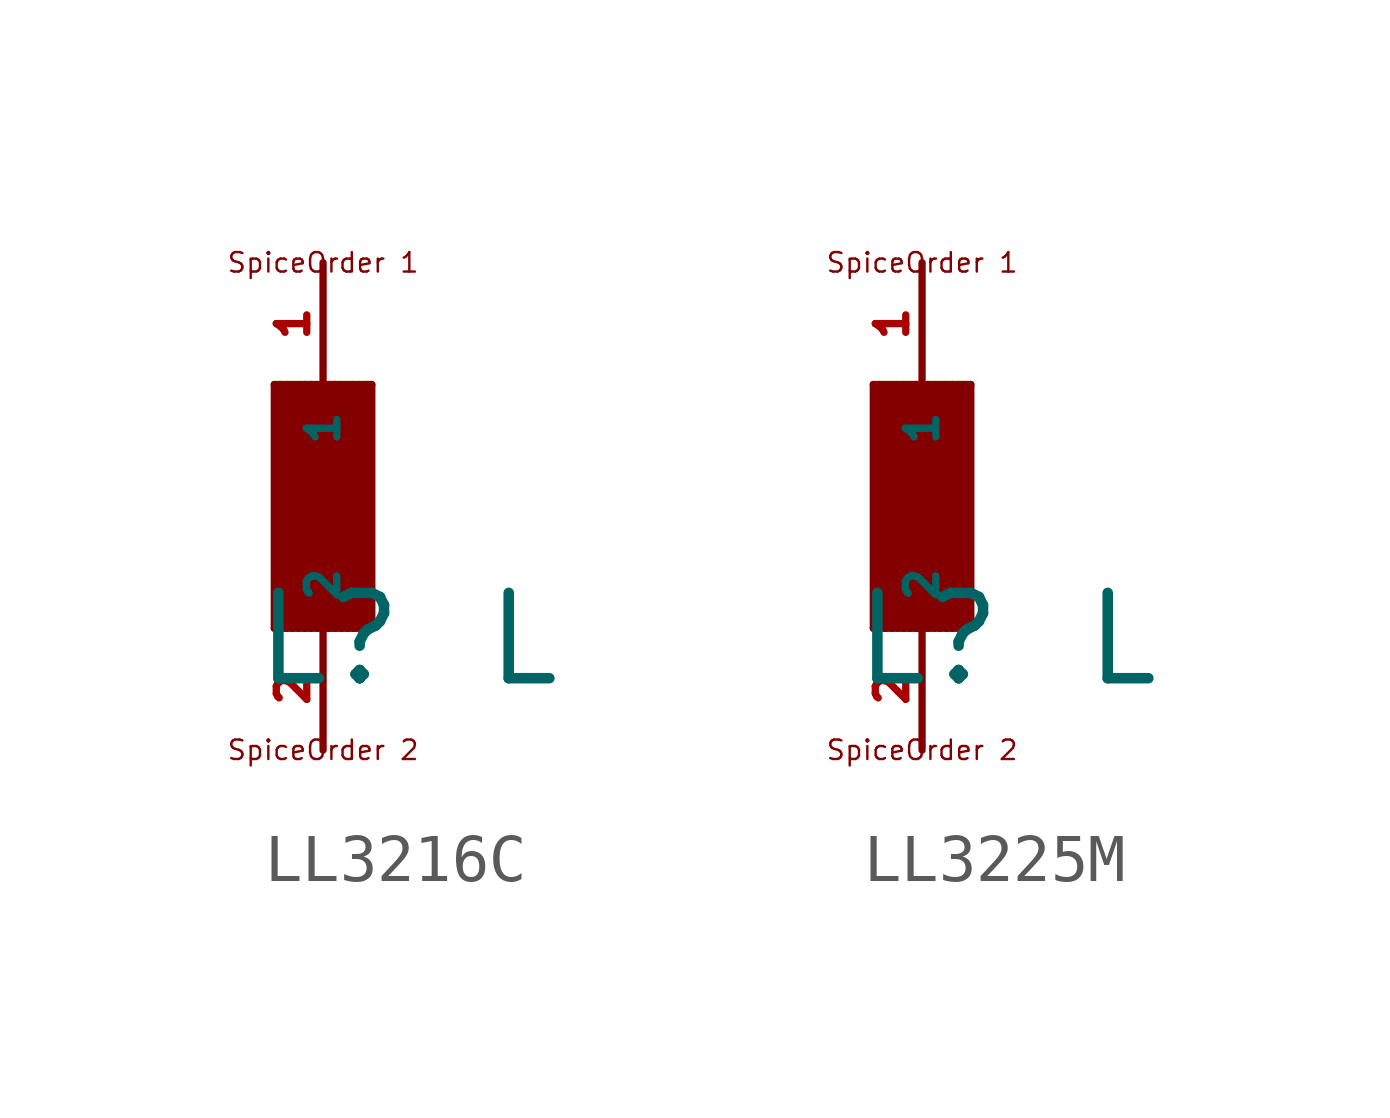
<source format=kicad_sym>
(kicad_symbol_lib
  (version 20220914)
  (generator Eagle2Kicad)
  (symbol "LL3216C"
    (property "Reference" "L"
      (at -1.499 -3.81 0)
      (effects (font (size 1.778 1.778) (thickness 0.22)) (justify left bottom)))
    (property "Value" "L"
      (at 3.302 -3.81 0)
      (effects (font (size 1.778 1.778) (thickness 0.22)) (justify left bottom)))
    (polyline
      (pts (xy -1.016 2.54) (xy -0.889 2.54))
      (stroke (width 0.152) (type default))
      (fill (type none)))
    (polyline
      (pts (xy -0.889 2.54) (xy -0.762 2.54))
      (stroke (width 0.152) (type default))
      (fill (type none)))
    (polyline
      (pts (xy -0.762 2.54) (xy -0.635 2.54))
      (stroke (width 0.152) (type default))
      (fill (type none)))
    (polyline
      (pts (xy -0.635 2.54) (xy -0.508 2.54))
      (stroke (width 0.152) (type default))
      (fill (type none)))
    (polyline
      (pts (xy -0.508 2.54) (xy -0.381 2.54))
      (stroke (width 0.152) (type default))
      (fill (type none)))
    (polyline
      (pts (xy -0.381 2.54) (xy -0.254 2.54))
      (stroke (width 0.152) (type default))
      (fill (type none)))
    (polyline
      (pts (xy -0.254 2.54) (xy -0.127 2.54))
      (stroke (width 0.152) (type default))
      (fill (type none)))
    (polyline
      (pts (xy -0.127 2.54) (xy 0 2.54))
      (stroke (width 0.152) (type default))
      (fill (type none)))
    (polyline
      (pts (xy 0 2.54) (xy 0.127 2.54))
      (stroke (width 0.152) (type default))
      (fill (type none)))
    (polyline
      (pts (xy 0.127 2.54) (xy 0.254 2.54))
      (stroke (width 0.152) (type default))
      (fill (type none)))
    (polyline
      (pts (xy 0.254 2.54) (xy 0.381 2.54))
      (stroke (width 0.152) (type default))
      (fill (type none)))
    (polyline
      (pts (xy 0.381 2.54) (xy 0.508 2.54))
      (stroke (width 0.152) (type default))
      (fill (type none)))
    (polyline
      (pts (xy 0.508 2.54) (xy 0.635 2.54))
      (stroke (width 0.152) (type default))
      (fill (type none)))
    (polyline
      (pts (xy 0.635 2.54) (xy 0.762 2.54))
      (stroke (width 0.152) (type default))
      (fill (type none)))
    (polyline
      (pts (xy 0.762 2.54) (xy 0.889 2.54))
      (stroke (width 0.152) (type default))
      (fill (type none)))
    (polyline
      (pts (xy 0.889 2.54) (xy 1.016 2.54))
      (stroke (width 0.152) (type default))
      (fill (type none)))
    (polyline
      (pts (xy 1.016 2.54) (xy 1.016 -2.54))
      (stroke (width 0.152) (type default))
      (fill (type none)))
    (polyline
      (pts (xy 1.016 -2.54) (xy 0.889 -2.54))
      (stroke (width 0.152) (type default))
      (fill (type none)))
    (polyline
      (pts (xy 0.889 -2.54) (xy 0.762 -2.54))
      (stroke (width 0.152) (type default))
      (fill (type none)))
    (polyline
      (pts (xy 0.762 -2.54) (xy 0.635 -2.54))
      (stroke (width 0.152) (type default))
      (fill (type none)))
    (polyline
      (pts (xy 0.635 -2.54) (xy 0.508 -2.54))
      (stroke (width 0.152) (type default))
      (fill (type none)))
    (polyline
      (pts (xy 0.508 -2.54) (xy 0.381 -2.54))
      (stroke (width 0.152) (type default))
      (fill (type none)))
    (polyline
      (pts (xy 0.381 -2.54) (xy 0.254 -2.54))
      (stroke (width 0.152) (type default))
      (fill (type none)))
    (polyline
      (pts (xy 0.254 -2.54) (xy 0.127 -2.54))
      (stroke (width 0.152) (type default))
      (fill (type none)))
    (polyline
      (pts (xy 0.127 -2.54) (xy 0 -2.54))
      (stroke (width 0.152) (type default))
      (fill (type none)))
    (polyline
      (pts (xy 0 -2.54) (xy -0.127 -2.54))
      (stroke (width 0.152) (type default))
      (fill (type none)))
    (polyline
      (pts (xy -0.127 -2.54) (xy -0.254 -2.54))
      (stroke (width 0.152) (type default))
      (fill (type none)))
    (polyline
      (pts (xy -0.254 -2.54) (xy -0.381 -2.54))
      (stroke (width 0.152) (type default))
      (fill (type none)))
    (polyline
      (pts (xy -0.381 -2.54) (xy -0.508 -2.54))
      (stroke (width 0.152) (type default))
      (fill (type none)))
    (polyline
      (pts (xy -0.508 -2.54) (xy -0.635 -2.54))
      (stroke (width 0.152) (type default))
      (fill (type none)))
    (polyline
      (pts (xy -0.635 -2.54) (xy -0.762 -2.54))
      (stroke (width 0.152) (type default))
      (fill (type none)))
    (polyline
      (pts (xy -0.762 -2.54) (xy -0.889 -2.54))
      (stroke (width 0.152) (type default))
      (fill (type none)))
    (polyline
      (pts (xy -0.889 -2.54) (xy -1.016 -2.54))
      (stroke (width 0.152) (type default))
      (fill (type none)))
    (polyline
      (pts (xy 0.889 2.54) (xy 0.889 -2.54))
      (stroke (width 0.152) (type default))
      (fill (type none)))
    (polyline
      (pts (xy 0.762 2.54) (xy 0.762 -2.54))
      (stroke (width 0.152) (type default))
      (fill (type none)))
    (polyline
      (pts (xy 0.635 2.54) (xy 0.635 -2.54))
      (stroke (width 0.152) (type default))
      (fill (type none)))
    (polyline
      (pts (xy 0.508 2.54) (xy 0.508 -2.54))
      (stroke (width 0.152) (type default))
      (fill (type none)))
    (polyline
      (pts (xy 0.381 2.54) (xy 0.381 -2.54))
      (stroke (width 0.152) (type default))
      (fill (type none)))
    (polyline
      (pts (xy 0.254 2.54) (xy 0.254 -2.54))
      (stroke (width 0.152) (type default))
      (fill (type none)))
    (polyline
      (pts (xy 0.127 2.54) (xy 0.127 -2.54))
      (stroke (width 0.152) (type default))
      (fill (type none)))
    (polyline
      (pts (xy 0 2.54) (xy 0 -2.54))
      (stroke (width 0.152) (type default))
      (fill (type none)))
    (polyline
      (pts (xy -0.127 2.54) (xy -0.127 -2.54))
      (stroke (width 0.152) (type default))
      (fill (type none)))
    (polyline
      (pts (xy -0.254 2.54) (xy -0.254 -2.54))
      (stroke (width 0.152) (type default))
      (fill (type none)))
    (polyline
      (pts (xy -0.381 2.54) (xy -0.381 -2.54))
      (stroke (width 0.152) (type default))
      (fill (type none)))
    (polyline
      (pts (xy -0.508 2.54) (xy -0.508 -2.54))
      (stroke (width 0.152) (type default))
      (fill (type none)))
    (polyline
      (pts (xy -0.635 2.54) (xy -0.635 -2.54))
      (stroke (width 0.152) (type default))
      (fill (type none)))
    (polyline
      (pts (xy -0.762 2.54) (xy -0.762 -2.54))
      (stroke (width 0.152) (type default))
      (fill (type none)))
    (polyline
      (pts (xy -0.889 2.54) (xy -0.889 -2.54))
      (stroke (width 0.152) (type default))
      (fill (type none)))
    (polyline
      (pts (xy -1.016 2.54) (xy -1.016 -2.54))
      (stroke (width 0.152) (type default))
      (fill (type none)))
    (text "SpiceOrder 1"
      (at 0 5.08 0)
      (effects (font (size 0.406 0.406) (thickness 0.05))))
    (text "SpiceOrder 2"
      (at 0 -5.08 0)
      (effects (font (size 0.406 0.406) (thickness 0.05))))
    (pin passive line
      (at 0 5.08 270)
      (length 2.54)
      (name "1" (effects (font (size 0.635 0.635) (thickness 0.08)) (justify left bottom)))
      (number "1" (effects (font (size 0.635 0.635) (thickness 0.08)) (justify left bottom))))
    (pin passive line
      (at 0 -5.08 90)
      (length 2.54)
      (name "2" (effects (font (size 0.635 0.635) (thickness 0.08)) (justify left bottom)))
      (number "2" (effects (font (size 0.635 0.635) (thickness 0.08)) (justify left bottom)))))
  (symbol "LL3225M"
    (property "Reference" "L"
      (at -1.499 -3.81 0)
      (effects (font (size 1.778 1.778) (thickness 0.22)) (justify left bottom)))
    (property "Value" "L"
      (at 3.302 -3.81 0)
      (effects (font (size 1.778 1.778) (thickness 0.22)) (justify left bottom)))
    (polyline
      (pts (xy -1.016 2.54) (xy -0.889 2.54))
      (stroke (width 0.152) (type default))
      (fill (type none)))
    (polyline
      (pts (xy -0.889 2.54) (xy -0.762 2.54))
      (stroke (width 0.152) (type default))
      (fill (type none)))
    (polyline
      (pts (xy -0.762 2.54) (xy -0.635 2.54))
      (stroke (width 0.152) (type default))
      (fill (type none)))
    (polyline
      (pts (xy -0.635 2.54) (xy -0.508 2.54))
      (stroke (width 0.152) (type default))
      (fill (type none)))
    (polyline
      (pts (xy -0.508 2.54) (xy -0.381 2.54))
      (stroke (width 0.152) (type default))
      (fill (type none)))
    (polyline
      (pts (xy -0.381 2.54) (xy -0.254 2.54))
      (stroke (width 0.152) (type default))
      (fill (type none)))
    (polyline
      (pts (xy -0.254 2.54) (xy -0.127 2.54))
      (stroke (width 0.152) (type default))
      (fill (type none)))
    (polyline
      (pts (xy -0.127 2.54) (xy 0 2.54))
      (stroke (width 0.152) (type default))
      (fill (type none)))
    (polyline
      (pts (xy 0 2.54) (xy 0.127 2.54))
      (stroke (width 0.152) (type default))
      (fill (type none)))
    (polyline
      (pts (xy 0.127 2.54) (xy 0.254 2.54))
      (stroke (width 0.152) (type default))
      (fill (type none)))
    (polyline
      (pts (xy 0.254 2.54) (xy 0.381 2.54))
      (stroke (width 0.152) (type default))
      (fill (type none)))
    (polyline
      (pts (xy 0.381 2.54) (xy 0.508 2.54))
      (stroke (width 0.152) (type default))
      (fill (type none)))
    (polyline
      (pts (xy 0.508 2.54) (xy 0.635 2.54))
      (stroke (width 0.152) (type default))
      (fill (type none)))
    (polyline
      (pts (xy 0.635 2.54) (xy 0.762 2.54))
      (stroke (width 0.152) (type default))
      (fill (type none)))
    (polyline
      (pts (xy 0.762 2.54) (xy 0.889 2.54))
      (stroke (width 0.152) (type default))
      (fill (type none)))
    (polyline
      (pts (xy 0.889 2.54) (xy 1.016 2.54))
      (stroke (width 0.152) (type default))
      (fill (type none)))
    (polyline
      (pts (xy 1.016 2.54) (xy 1.016 -2.54))
      (stroke (width 0.152) (type default))
      (fill (type none)))
    (polyline
      (pts (xy 1.016 -2.54) (xy 0.889 -2.54))
      (stroke (width 0.152) (type default))
      (fill (type none)))
    (polyline
      (pts (xy 0.889 -2.54) (xy 0.762 -2.54))
      (stroke (width 0.152) (type default))
      (fill (type none)))
    (polyline
      (pts (xy 0.762 -2.54) (xy 0.635 -2.54))
      (stroke (width 0.152) (type default))
      (fill (type none)))
    (polyline
      (pts (xy 0.635 -2.54) (xy 0.508 -2.54))
      (stroke (width 0.152) (type default))
      (fill (type none)))
    (polyline
      (pts (xy 0.508 -2.54) (xy 0.381 -2.54))
      (stroke (width 0.152) (type default))
      (fill (type none)))
    (polyline
      (pts (xy 0.381 -2.54) (xy 0.254 -2.54))
      (stroke (width 0.152) (type default))
      (fill (type none)))
    (polyline
      (pts (xy 0.254 -2.54) (xy 0.127 -2.54))
      (stroke (width 0.152) (type default))
      (fill (type none)))
    (polyline
      (pts (xy 0.127 -2.54) (xy 0 -2.54))
      (stroke (width 0.152) (type default))
      (fill (type none)))
    (polyline
      (pts (xy 0 -2.54) (xy -0.127 -2.54))
      (stroke (width 0.152) (type default))
      (fill (type none)))
    (polyline
      (pts (xy -0.127 -2.54) (xy -0.254 -2.54))
      (stroke (width 0.152) (type default))
      (fill (type none)))
    (polyline
      (pts (xy -0.254 -2.54) (xy -0.381 -2.54))
      (stroke (width 0.152) (type default))
      (fill (type none)))
    (polyline
      (pts (xy -0.381 -2.54) (xy -0.508 -2.54))
      (stroke (width 0.152) (type default))
      (fill (type none)))
    (polyline
      (pts (xy -0.508 -2.54) (xy -0.635 -2.54))
      (stroke (width 0.152) (type default))
      (fill (type none)))
    (polyline
      (pts (xy -0.635 -2.54) (xy -0.762 -2.54))
      (stroke (width 0.152) (type default))
      (fill (type none)))
    (polyline
      (pts (xy -0.762 -2.54) (xy -0.889 -2.54))
      (stroke (width 0.152) (type default))
      (fill (type none)))
    (polyline
      (pts (xy -0.889 -2.54) (xy -1.016 -2.54))
      (stroke (width 0.152) (type default))
      (fill (type none)))
    (polyline
      (pts (xy 0.889 2.54) (xy 0.889 -2.54))
      (stroke (width 0.152) (type default))
      (fill (type none)))
    (polyline
      (pts (xy 0.762 2.54) (xy 0.762 -2.54))
      (stroke (width 0.152) (type default))
      (fill (type none)))
    (polyline
      (pts (xy 0.635 2.54) (xy 0.635 -2.54))
      (stroke (width 0.152) (type default))
      (fill (type none)))
    (polyline
      (pts (xy 0.508 2.54) (xy 0.508 -2.54))
      (stroke (width 0.152) (type default))
      (fill (type none)))
    (polyline
      (pts (xy 0.381 2.54) (xy 0.381 -2.54))
      (stroke (width 0.152) (type default))
      (fill (type none)))
    (polyline
      (pts (xy 0.254 2.54) (xy 0.254 -2.54))
      (stroke (width 0.152) (type default))
      (fill (type none)))
    (polyline
      (pts (xy 0.127 2.54) (xy 0.127 -2.54))
      (stroke (width 0.152) (type default))
      (fill (type none)))
    (polyline
      (pts (xy 0 2.54) (xy 0 -2.54))
      (stroke (width 0.152) (type default))
      (fill (type none)))
    (polyline
      (pts (xy -0.127 2.54) (xy -0.127 -2.54))
      (stroke (width 0.152) (type default))
      (fill (type none)))
    (polyline
      (pts (xy -0.254 2.54) (xy -0.254 -2.54))
      (stroke (width 0.152) (type default))
      (fill (type none)))
    (polyline
      (pts (xy -0.381 2.54) (xy -0.381 -2.54))
      (stroke (width 0.152) (type default))
      (fill (type none)))
    (polyline
      (pts (xy -0.508 2.54) (xy -0.508 -2.54))
      (stroke (width 0.152) (type default))
      (fill (type none)))
    (polyline
      (pts (xy -0.635 2.54) (xy -0.635 -2.54))
      (stroke (width 0.152) (type default))
      (fill (type none)))
    (polyline
      (pts (xy -0.762 2.54) (xy -0.762 -2.54))
      (stroke (width 0.152) (type default))
      (fill (type none)))
    (polyline
      (pts (xy -0.889 2.54) (xy -0.889 -2.54))
      (stroke (width 0.152) (type default))
      (fill (type none)))
    (polyline
      (pts (xy -1.016 2.54) (xy -1.016 -2.54))
      (stroke (width 0.152) (type default))
      (fill (type none)))
    (text "SpiceOrder 1"
      (at 0 5.08 0)
      (effects (font (size 0.406 0.406) (thickness 0.05))))
    (text "SpiceOrder 2"
      (at 0 -5.08 0)
      (effects (font (size 0.406 0.406) (thickness 0.05))))
    (pin passive line
      (at 0 5.08 270)
      (length 2.54)
      (name "1" (effects (font (size 0.635 0.635) (thickness 0.08)) (justify left bottom)))
      (number "1" (effects (font (size 0.635 0.635) (thickness 0.08)) (justify left bottom))))
    (pin passive line
      (at 0 -5.08 90)
      (length 2.54)
      (name "2" (effects (font (size 0.635 0.635) (thickness 0.08)) (justify left bottom)))
      (number "2" (effects (font (size 0.635 0.635) (thickness 0.08)) (justify left bottom))))))
</source>
